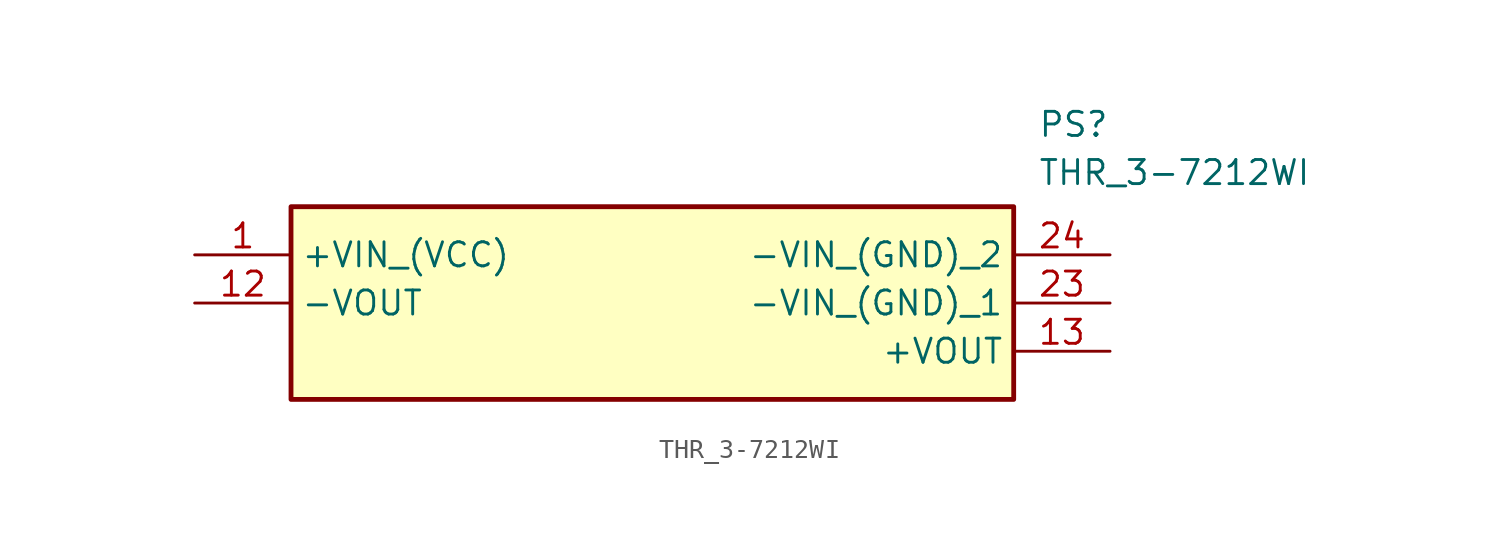
<source format=kicad_sym>
(kicad_symbol_lib
  (version 20211014)
  (generator SamacSys_ECAD_Model)
  (symbol "THR_3-7212WI"
    (property "Reference" "PS"
      (at 44.45 7.62 0)
      (effects (font (size 1.27 1.27)) (justify left top)))
    (property "Value" "THR_3-7212WI"
      (at 44.45 5.08 0)
      (effects (font (size 1.27 1.27)) (justify left top)))
    (rectangle
      (start 5.08 2.54)
      (end 43.18 -7.62)
      (stroke (width 0.254) (type default))
      (fill (type background)))
    (pin passive line
      (at 0 0 0)
      (length 5.08)
      (name "+VIN_(VCC)" (effects (font (size 1.27 1.27))))
      (number "1" (effects (font (size 1.27 1.27)))))
    (pin passive line
      (at 0 -2.54 0)
      (length 5.08)
      (name "-VOUT" (effects (font (size 1.27 1.27))))
      (number "12" (effects (font (size 1.27 1.27)))))
    (pin passive line
      (at 48.26 -5.08 180)
      (length 5.08)
      (name "+VOUT" (effects (font (size 1.27 1.27))))
      (number "13" (effects (font (size 1.27 1.27)))))
    (pin passive line
      (at 48.26 -2.54 180)
      (length 5.08)
      (name "-VIN_(GND)_1" (effects (font (size 1.27 1.27))))
      (number "23" (effects (font (size 1.27 1.27)))))
    (pin passive line
      (at 48.26 0 180)
      (length 5.08)
      (name "-VIN_(GND)_2" (effects (font (size 1.27 1.27))))
      (number "24" (effects (font (size 1.27 1.27)))))))
</source>
